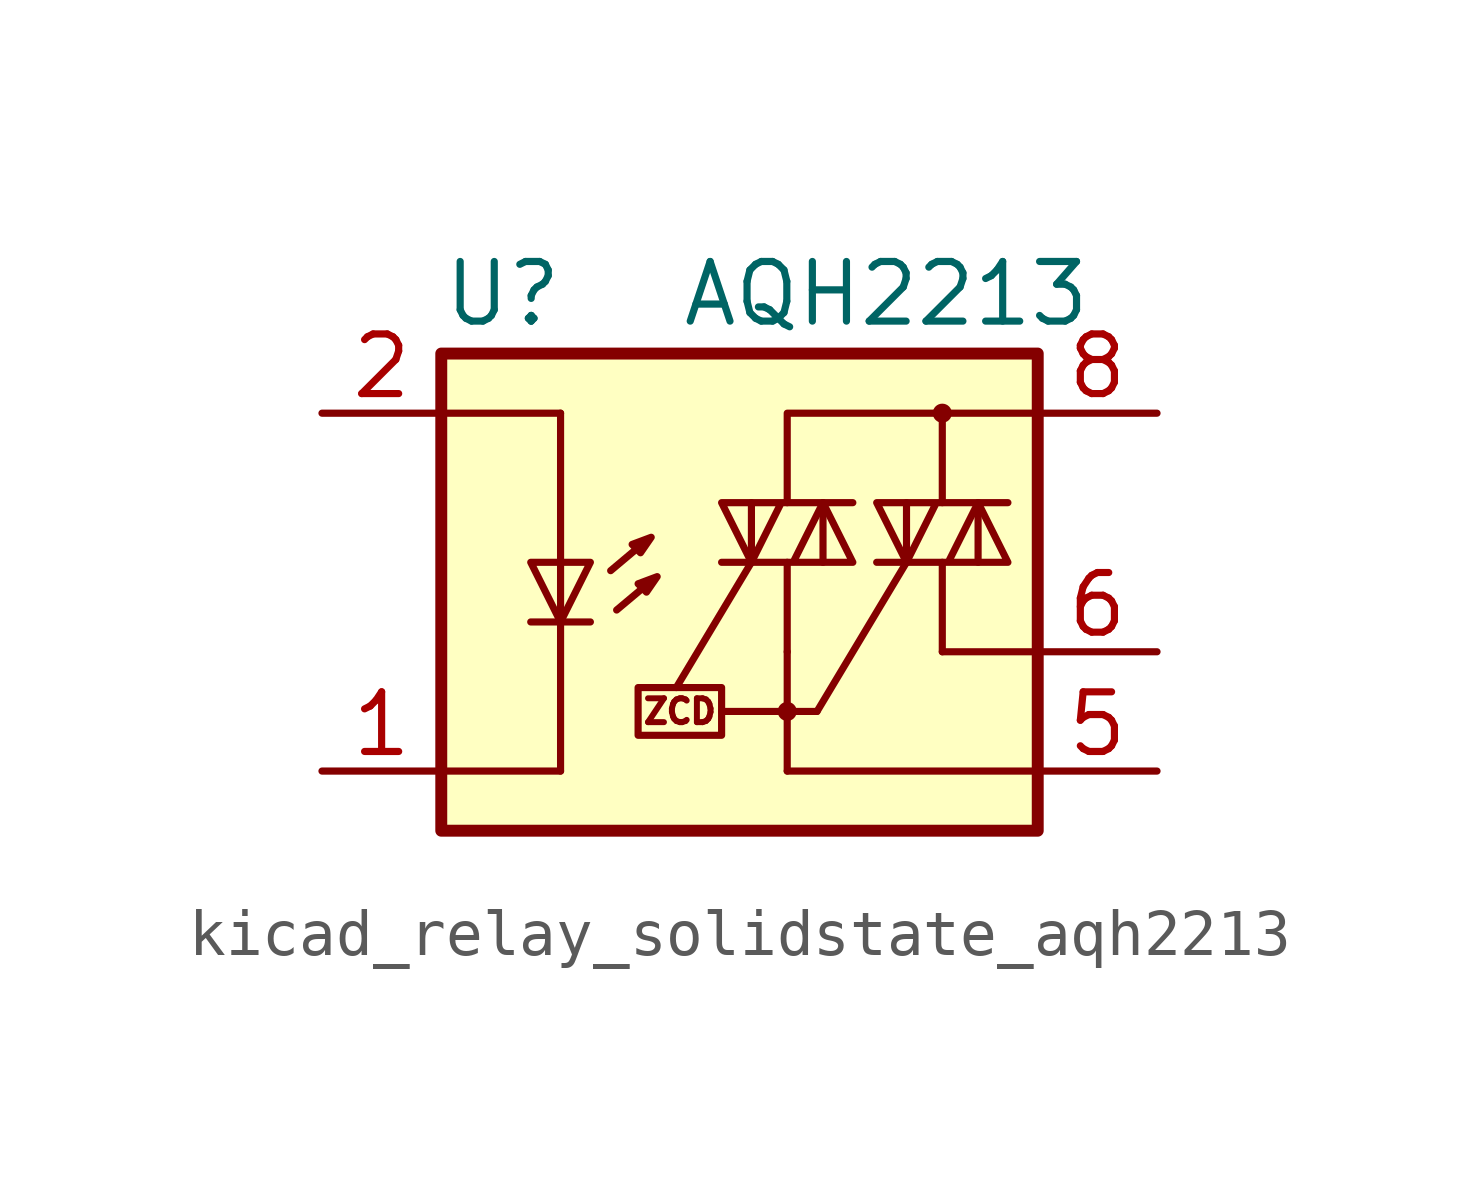
<source format=kicad_sym>
(kicad_symbol_lib
  (version 20220914)
  (generator kicad_symbol_editor)
  (symbol "kicad_relay_solidstate_aqh2213"
    (property "Reference" "U"
      (at -7.62 5.08 0)
      (effects (font (size 1.27 1.27)) (justify left)))
    (property "Value" "AQH2213"
      (at -2.54 5.08 0)
      (effects (font (size 1.27 1.27)) (justify left)))
    (symbol "kicad_relay_solidstate_aqh2213_0_0"
      (rectangle (start -3.429 -3.302) (end -1.651 -4.318) (stroke (width 0) (type default)) (fill (type none)))
      (text "ZCD" (at -2.54 -3.81 0) (effects (font (size 0.508 0.508)))))
    (symbol "kicad_relay_solidstate_aqh2213_0_1"
      (rectangle (start -7.62 3.81) (end 5.08 -6.35) (stroke (width 0.254) (type default)) (fill (type background)))
      (polyline (pts (xy -5.715 -1.905) (xy -4.445 -1.905)) (stroke (width 0) (type default)) (fill (type none)))
      (polyline (pts (xy -5.08 -5.08) (xy -7.62 -5.08)) (stroke (width 0) (type default)) (fill (type none)))
      (polyline (pts (xy -5.08 -1.905) (xy -5.08 -5.08)) (stroke (width 0) (type default)) (fill (type none)))
      (polyline (pts (xy -5.08 -0.635) (xy -5.08 -1.905)) (stroke (width 0) (type default)) (fill (type none)))
      (polyline (pts (xy -5.08 -0.635) (xy -5.08 2.54)) (stroke (width 0) (type default)) (fill (type none)))
      (polyline (pts (xy -5.08 2.54) (xy -7.493 2.54)) (stroke (width 0) (type default)) (fill (type none)))
      (polyline (pts (xy -3.251 -1.118) (xy -3.886 -1.651)) (stroke (width 0) (type default)) (fill (type none)))
      (polyline (pts (xy -1.651 -3.81) (xy -0.254 -3.81)) (stroke (width 0) (type default)) (fill (type none)))
      (polyline (pts (xy -1.016 -0.635) (xy -2.616 -3.302)) (stroke (width 0) (type default)) (fill (type none)))
      (polyline (pts (xy -1.016 -0.635) (xy -1.016 0.635)) (stroke (width 0) (type default)) (fill (type none)))
      (polyline (pts (xy -0.254 -3.81) (xy 0.381 -3.81)) (stroke (width 0) (type default)) (fill (type none)))
      (polyline (pts (xy -0.254 -2.54) (xy -0.254 -5.08)) (stroke (width 0) (type default)) (fill (type none)))
      (polyline (pts (xy -0.254 -2.54) (xy -0.254 -0.635)) (stroke (width 0) (type default)) (fill (type none)))
      (polyline (pts (xy 0.381 -3.81) (xy 2.286 -0.635)) (stroke (width 0) (type default)) (fill (type none)))
      (polyline (pts (xy 0.508 0.635) (xy 0.508 -0.635)) (stroke (width 0) (type default)) (fill (type none)))
      (polyline (pts (xy 3.048 -2.54) (xy 5.08 -2.54)) (stroke (width 0) (type default)) (fill (type none)))
      (polyline (pts (xy 3.048 -0.635) (xy 3.048 -2.54)) (stroke (width 0) (type default)) (fill (type none)))
      (polyline (pts (xy 3.048 2.54) (xy 3.048 0.635)) (stroke (width 0) (type default)) (fill (type none)))
      (polyline (pts (xy 5.08 -5.08) (xy -0.254 -5.08)) (stroke (width 0) (type default)) (fill (type none)))
      (polyline (pts (xy 5.08 2.54) (xy 3.048 2.54)) (stroke (width 0) (type default)) (fill (type none)))
      (polyline (pts (xy 3.048 2.54) (xy -0.254 2.54) (xy -0.254 0.635)) (stroke (width 0) (type default)) (fill (type none)))
      (polyline (pts (xy -5.08 -1.905) (xy -5.715 -0.635) (xy -4.445 -0.635) (xy -5.08 -1.905)) (stroke (width 0) (type default)) (fill (type none)))
      (polyline (pts (xy -3.429 -1.092) (xy -3.251 -1.27) (xy -3.023 -0.94) (xy -3.429 -1.092)) (stroke (width 0) (type default)) (fill (type none)))
      (polyline (pts (xy -1.651 -0.635) (xy 1.143 -0.635) (xy 0.508 0.635) (xy -0.127 -0.635)) (stroke (width 0) (type default)) (fill (type none)))
      (polyline (pts (xy 1.143 0.635) (xy -1.651 0.635) (xy -1.016 -0.635) (xy -0.381 0.635)) (stroke (width 0) (type default)) (fill (type none))))
    (symbol "kicad_relay_solidstate_aqh2213_1_1"
      (circle (center -0.254 -3.81) (radius 0.127) (stroke (width 0) (type default)) (fill (type none)))
      (polyline (pts (xy -3.378 -0.279) (xy -4.013 -0.813)) (stroke (width 0) (type default)) (fill (type none)))
      (polyline (pts (xy 2.286 -0.635) (xy 2.286 0.635)) (stroke (width 0) (type default)) (fill (type none)))
      (polyline (pts (xy 3.81 0.635) (xy 3.81 -0.635)) (stroke (width 0) (type default)) (fill (type none)))
      (polyline (pts (xy -3.556 -0.254) (xy -3.378 -0.432) (xy -3.15 -0.102) (xy -3.556 -0.254)) (stroke (width 0) (type default)) (fill (type none)))
      (polyline (pts (xy 1.651 -0.635) (xy 4.445 -0.635) (xy 3.81 0.635) (xy 3.175 -0.635)) (stroke (width 0) (type default)) (fill (type none)))
      (polyline (pts (xy 4.445 0.635) (xy 1.651 0.635) (xy 2.286 -0.635) (xy 2.921 0.635)) (stroke (width 0) (type default)) (fill (type none)))
      (circle (center 3.048 2.54) (radius 0.127) (stroke (width 0) (type default)) (fill (type none)))
      (pin passive line (at -10.16 -5.08 0) (length 2.54) (name "~" (effects (font (size 1.27 1.27)))) (number "1" (effects (font (size 1.27 1.27)))))
      (pin passive line (at -10.16 2.54 0) (length 2.54) (name "~" (effects (font (size 1.27 1.27)))) (number "2" (effects (font (size 1.27 1.27)))))
      (pin passive line (at -10.16 -5.08 0) (length 2.54) hide (name "~" (effects (font (size 1.27 1.27)))) (number "3" (effects (font (size 1.27 1.27)))))
      (pin passive line (at -10.16 -5.08 0) (length 2.54) hide (name "~" (effects (font (size 1.27 1.27)))) (number "4" (effects (font (size 1.27 1.27)))))
      (pin passive line (at 7.62 -5.08 180) (length 2.54) (name "~" (effects (font (size 1.27 1.27)))) (number "5" (effects (font (size 1.27 1.27)))))
      (pin passive line (at 7.62 -2.54 180) (length 2.54) (name "~" (effects (font (size 1.27 1.27)))) (number "6" (effects (font (size 1.27 1.27)))))
      (pin passive line (at 7.62 2.54 180) (length 2.54) (name "~" (effects (font (size 1.27 1.27)))) (number "8" (effects (font (size 1.27 1.27))))))))
</source>
